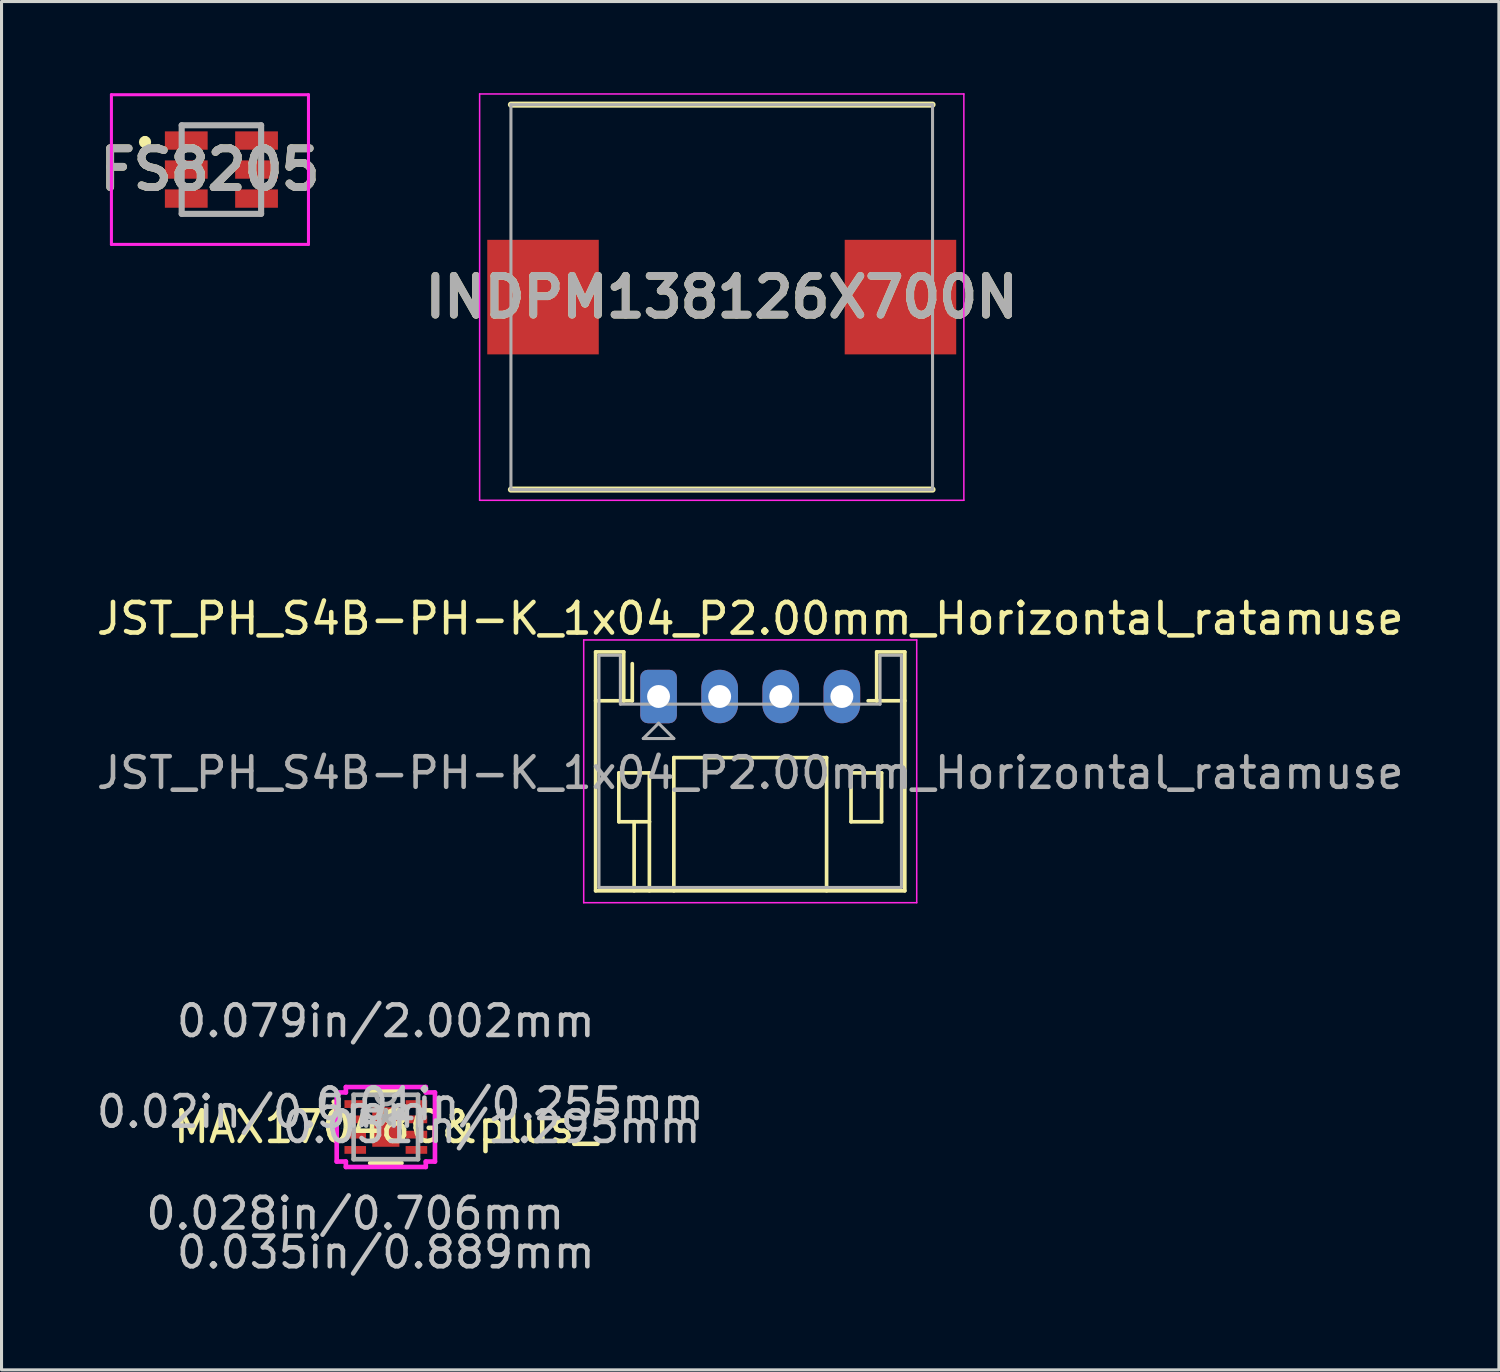
<source format=kicad_pcb>
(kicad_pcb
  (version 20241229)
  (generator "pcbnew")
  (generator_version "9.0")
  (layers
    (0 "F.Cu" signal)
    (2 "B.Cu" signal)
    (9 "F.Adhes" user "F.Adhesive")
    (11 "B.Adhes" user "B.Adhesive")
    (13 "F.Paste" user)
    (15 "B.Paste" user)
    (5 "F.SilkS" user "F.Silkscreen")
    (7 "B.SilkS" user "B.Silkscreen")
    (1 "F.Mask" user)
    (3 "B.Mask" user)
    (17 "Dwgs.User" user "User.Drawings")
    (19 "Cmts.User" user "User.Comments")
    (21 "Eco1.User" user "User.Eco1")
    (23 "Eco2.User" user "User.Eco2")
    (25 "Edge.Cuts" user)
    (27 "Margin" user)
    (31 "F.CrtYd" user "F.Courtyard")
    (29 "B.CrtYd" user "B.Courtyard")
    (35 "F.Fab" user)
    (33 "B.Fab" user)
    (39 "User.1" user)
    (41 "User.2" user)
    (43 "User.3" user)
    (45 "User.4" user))
  (footprint "FS8205"
    (layer "F.Cu")
    (at 3.547 2.5)
    (property "Reference" "FS8205" (at 0.275 0 0) (layer "F.SilkS") (effects (font (size 1.27 1.27) (thickness 0.254))))
    (attr smd)
    (fp_line (start -1.85 -1) (end -1.85 -1) (stroke (width 0.2) (type solid)) (layer "F.SilkS"))
    (fp_line (start -1.85 -0.8) (end -1.85 -0.8) (stroke (width 0.2) (type solid)) (layer "F.SilkS"))
    (fp_line (start -0.65 -1.45) (end 1.95 -1.45) (stroke (width 0.1) (type solid)) (layer "F.SilkS"))
    (fp_line (start -0.65 1.45) (end 1.8 1.45) (stroke (width 0.1) (type solid)) (layer "F.SilkS"))
    (fp_arc (start -1.85 -1) (mid -1.75 -0.9) (end -1.85 -0.8) (stroke (width 0.2) (type solid)) (layer "F.SilkS"))
    (fp_arc (start -1.85 -0.8) (mid -1.95 -0.9) (end -1.85 -1) (stroke (width 0.2) (type solid)) (layer "F.SilkS"))
    (fp_line (start -2.95 -2.45) (end 3.5 -2.45) (stroke (width 0.1) (type solid)) (layer "F.CrtYd"))
    (fp_line (start -2.95 2.45) (end -2.95 -2.45) (stroke (width 0.1) (type solid)) (layer "F.CrtYd"))
    (fp_line (start 3.5 -2.45) (end 3.5 2.45) (stroke (width 0.1) (type solid)) (layer "F.CrtYd"))
    (fp_line (start 3.5 2.45) (end -2.95 2.45) (stroke (width 0.1) (type solid)) (layer "F.CrtYd"))
    (fp_line (start -0.65 -1.45) (end 1.95 -1.45) (stroke (width 0.2) (type solid)) (layer "F.Fab"))
    (fp_line (start -0.65 1.45) (end -0.65 -1.45) (stroke (width 0.2) (type solid)) (layer "F.Fab"))
    (fp_line (start 1.95 -1.45) (end 1.95 1.45) (stroke (width 0.2) (type solid)) (layer "F.Fab"))
    (fp_line (start 1.95 1.45) (end -0.65 1.45) (stroke (width 0.2) (type solid)) (layer "F.Fab"))
    (fp_text user "${REFERENCE}" (at 0.275 0 0) (layer "F.Fab") (effects (font (size 1.27 1.27) (thickness 0.254))))
    (pad "1" smd rect (at -0.5 -0.95 90) (size 0.6 1.4) (layers "F.Cu" "F.Mask" "F.Paste"))
    (pad "2" smd rect (at -0.5 0 90) (size 0.6 1.4) (layers "F.Cu" "F.Mask" "F.Paste"))
    (pad "3" smd rect (at -0.5 0.95 90) (size 0.6 1.4) (layers "F.Cu" "F.Mask" "F.Paste"))
    (pad "4" smd rect (at 1.8 -0.95 90) (size 0.6 1.4) (layers "F.Cu" "F.Mask" "F.Paste"))
    (pad "5" smd rect (at 1.8 0 90) (size 0.6 1.4) (layers "F.Cu" "F.Mask" "F.Paste"))
    (pad "6" smd rect (at 1.8 0.95 90) (size 0.6 1.4) (layers "F.Cu" "F.Mask" "F.Paste")))
  (footprint "INDPM138126X700N"
    (layer "F.Cu")
    (at 20.574 6.675)
    (property "Reference" "INDPM138126X700N" (at 0 0 0) (layer "F.SilkS") (effects (font (size 1.27 1.27) (thickness 0.254))))
    (attr smd)
    (fp_line (start -6.9 6.3) (end 6.9 6.3) (stroke (width 0.2) (type solid)) (layer "F.SilkS"))
    (fp_line (start 6.9 -6.3) (end -6.9 -6.3) (stroke (width 0.2) (type solid)) (layer "F.SilkS"))
    (fp_line (start -7.925 -6.65) (end 7.925 -6.65) (stroke (width 0.05) (type solid)) (layer "F.CrtYd"))
    (fp_line (start -7.925 6.65) (end -7.925 -6.65) (stroke (width 0.05) (type solid)) (layer "F.CrtYd"))
    (fp_line (start 7.925 -6.65) (end 7.925 6.65) (stroke (width 0.05) (type solid)) (layer "F.CrtYd"))
    (fp_line (start 7.925 6.65) (end -7.925 6.65) (stroke (width 0.05) (type solid)) (layer "F.CrtYd"))
    (fp_line (start -6.9 -6.3) (end 6.9 -6.3) (stroke (width 0.1) (type solid)) (layer "F.Fab"))
    (fp_line (start -6.9 6.3) (end -6.9 -6.3) (stroke (width 0.1) (type solid)) (layer "F.Fab"))
    (fp_line (start 6.9 -6.3) (end 6.9 6.3) (stroke (width 0.1) (type solid)) (layer "F.Fab"))
    (fp_line (start 6.9 6.3) (end -6.9 6.3) (stroke (width 0.1) (type solid)) (layer "F.Fab"))
    (fp_text user "${REFERENCE}" (at 0 0 0) (layer "F.Fab") (effects (font (size 1.27 1.27) (thickness 0.254))))
    (pad "1" smd rect (at -5.85 0) (size 3.65 3.75) (layers "F.Cu" "F.Mask" "F.Paste"))
    (pad "2" smd rect (at 5.85 0) (size 3.65 3.75) (layers "F.Cu" "F.Mask" "F.Paste")))
  (footprint "JST_PH_S4B-PH-K_1x04_P2.00mm_Horizontal_ratamuse"
    (layer "F.Cu")
    (at 18.506 19.748)
    (property "Reference" "JST_PH_S4B-PH-K_1x04_P2.00mm_Horizontal_ratamuse" (at 3 -2.55 0) (layer "F.SilkS") (effects (font (size 1 1) (thickness 0.15))))
    (attr through_hole)
    (fp_line (start -2.06 -1.46) (end -2.06 6.36) (stroke (width 0.12) (type solid)) (layer "F.SilkS"))
    (fp_line (start -2.06 0.14) (end -1.14 0.14) (stroke (width 0.12) (type solid)) (layer "F.SilkS"))
    (fp_line (start -2.06 6.36) (end 8.06 6.36) (stroke (width 0.12) (type solid)) (layer "F.SilkS"))
    (fp_line (start -1.3 2.5) (end -1.3 4.1) (stroke (width 0.12) (type solid)) (layer "F.SilkS"))
    (fp_line (start -1.3 4.1) (end -0.3 4.1) (stroke (width 0.12) (type solid)) (layer "F.SilkS"))
    (fp_line (start -1.14 -1.46) (end -2.06 -1.46) (stroke (width 0.12) (type solid)) (layer "F.SilkS"))
    (fp_line (start -1.14 0.14) (end -1.14 -1.46) (stroke (width 0.12) (type solid)) (layer "F.SilkS"))
    (fp_line (start -0.86 0.14) (end -1.14 0.14) (stroke (width 0.12) (type solid)) (layer "F.SilkS"))
    (fp_line (start -0.86 0.14) (end -0.86 -1.075) (stroke (width 0.12) (type solid)) (layer "F.SilkS"))
    (fp_line (start -0.8 4.1) (end -0.8 6.36) (stroke (width 0.12) (type solid)) (layer "F.SilkS"))
    (fp_line (start -0.3 2.5) (end -1.3 2.5) (stroke (width 0.12) (type solid)) (layer "F.SilkS"))
    (fp_line (start -0.3 4.1) (end -0.3 2.5) (stroke (width 0.12) (type solid)) (layer "F.SilkS"))
    (fp_line (start -0.3 4.1) (end -0.3 6.36) (stroke (width 0.12) (type solid)) (layer "F.SilkS"))
    (fp_line (start 0.5 2) (end 5.5 2) (stroke (width 0.12) (type solid)) (layer "F.SilkS"))
    (fp_line (start 0.5 6.36) (end 0.5 2) (stroke (width 0.12) (type solid)) (layer "F.SilkS"))
    (fp_line (start 5.5 2) (end 5.5 6.36) (stroke (width 0.12) (type solid)) (layer "F.SilkS"))
    (fp_line (start 6.3 2.5) (end 7.3 2.5) (stroke (width 0.12) (type solid)) (layer "F.SilkS"))
    (fp_line (start 6.3 4.1) (end 6.3 2.5) (stroke (width 0.12) (type solid)) (layer "F.SilkS"))
    (fp_line (start 7.14 -1.46) (end 7.14 0.14) (stroke (width 0.12) (type solid)) (layer "F.SilkS"))
    (fp_line (start 7.14 0.14) (end 6.86 0.14) (stroke (width 0.12) (type solid)) (layer "F.SilkS"))
    (fp_line (start 7.3 2.5) (end 7.3 4.1) (stroke (width 0.12) (type solid)) (layer "F.SilkS"))
    (fp_line (start 7.3 4.1) (end 6.3 4.1) (stroke (width 0.12) (type solid)) (layer "F.SilkS"))
    (fp_line (start 8.06 -1.46) (end 7.14 -1.46) (stroke (width 0.12) (type solid)) (layer "F.SilkS"))
    (fp_line (start 8.06 0.14) (end 7.14 0.14) (stroke (width 0.12) (type solid)) (layer "F.SilkS"))
    (fp_line (start 8.06 6.36) (end 8.06 -1.46) (stroke (width 0.12) (type solid)) (layer "F.SilkS"))
    (fp_line (start -2.45 -1.85) (end -2.45 6.75) (stroke (width 0.05) (type solid)) (layer "F.CrtYd"))
    (fp_line (start -2.45 6.75) (end 8.45 6.75) (stroke (width 0.05) (type solid)) (layer "F.CrtYd"))
    (fp_line (start 8.45 -1.85) (end -2.45 -1.85) (stroke (width 0.05) (type solid)) (layer "F.CrtYd"))
    (fp_line (start 8.45 6.75) (end 8.45 -1.85) (stroke (width 0.05) (type solid)) (layer "F.CrtYd"))
    (fp_line (start -1.95 -1.35) (end -1.95 6.25) (stroke (width 0.1) (type solid)) (layer "F.Fab"))
    (fp_line (start -1.95 6.25) (end 7.95 6.25) (stroke (width 0.1) (type solid)) (layer "F.Fab"))
    (fp_line (start -1.25 -1.35) (end -1.95 -1.35) (stroke (width 0.1) (type solid)) (layer "F.Fab"))
    (fp_line (start -1.25 0.25) (end -1.25 -1.35) (stroke (width 0.1) (type solid)) (layer "F.Fab"))
    (fp_line (start -0.5 1.375) (end 0.5 1.375) (stroke (width 0.1) (type solid)) (layer "F.Fab"))
    (fp_line (start 0 0.875) (end -0.5 1.375) (stroke (width 0.1) (type solid)) (layer "F.Fab"))
    (fp_line (start 0.5 1.375) (end 0 0.875) (stroke (width 0.1) (type solid)) (layer "F.Fab"))
    (fp_line (start 7.25 -1.35) (end 7.25 0.25) (stroke (width 0.1) (type solid)) (layer "F.Fab"))
    (fp_line (start 7.25 0.25) (end -1.25 0.25) (stroke (width 0.1) (type solid)) (layer "F.Fab"))
    (fp_line (start 7.95 -1.35) (end 7.25 -1.35) (stroke (width 0.1) (type solid)) (layer "F.Fab"))
    (fp_line (start 7.95 6.25) (end 7.95 -1.35) (stroke (width 0.1) (type solid)) (layer "F.Fab"))
    (fp_text user "${REFERENCE}" (at 3 2.5 0) (layer "F.Fab") (effects (font (size 1 1) (thickness 0.15))))
    (pad "1" thru_hole oval (at 6 0) (size 1.2 1.75) (drill 0.75) (layers "*.Cu" "*.Mask"))
    (pad "2" thru_hole oval (at 4 0) (size 1.2 1.75) (drill 0.75) (layers "*.Cu" "*.Mask"))
    (pad "3" thru_hole oval (at 2 0) (size 1.2 1.75) (drill 0.75) (layers "*.Cu" "*.Mask"))
    (pad "4" thru_hole roundrect (at 0 0) (size 1.2 1.75) (drill 0.75) (layers "*.Cu" "*.Mask") (roundrect_rratio 0.208)))
  (footprint "MAX17048G&plus_"
    (layer "F.Cu")
    (at 9.579 33.839)
    (property "Reference" "MAX17048G&plus_" (at 0 0 0) (layer "F.SilkS") (effects (font (size 1 1) (thickness 0.15))))
    (attr through_hole)
    (fp_line (start -0.512 1.181) (end 0.512 1.181) (stroke (width 0.152) (type solid)) (layer "F.SilkS"))
    (fp_line (start 0.512 -1.181) (end -0.512 -1.181) (stroke (width 0.152) (type solid)) (layer "F.SilkS"))
    (fp_arc (start -1.705699 -0.8262) (mid -1.63187 -0.73114) (end -1.742245 -0.683136) (stroke (width 0.1524) (type solid)) (layer "F.SilkS"))
    (fp_line (start -1.608 -1.131) (end -1.308 -1.131) (stroke (width 0.152) (type solid)) (layer "F.CrtYd"))
    (fp_line (start -1.608 1.131) (end -1.608 -1.131) (stroke (width 0.152) (type solid)) (layer "F.CrtYd"))
    (fp_line (start -1.308 -1.308) (end 1.308 -1.308) (stroke (width 0.152) (type solid)) (layer "F.CrtYd"))
    (fp_line (start -1.308 -1.131) (end -1.308 -1.308) (stroke (width 0.152) (type solid)) (layer "F.CrtYd"))
    (fp_line (start -1.308 1.131) (end -1.608 1.131) (stroke (width 0.152) (type solid)) (layer "F.CrtYd"))
    (fp_line (start -1.308 1.308) (end -1.308 1.131) (stroke (width 0.152) (type solid)) (layer "F.CrtYd"))
    (fp_line (start 1.308 -1.308) (end 1.308 -1.131) (stroke (width 0.152) (type solid)) (layer "F.CrtYd"))
    (fp_line (start 1.308 -1.131) (end 1.608 -1.131) (stroke (width 0.152) (type solid)) (layer "F.CrtYd"))
    (fp_line (start 1.308 1.131) (end 1.308 1.308) (stroke (width 0.152) (type solid)) (layer "F.CrtYd"))
    (fp_line (start 1.308 1.308) (end -1.308 1.308) (stroke (width 0.152) (type solid)) (layer "F.CrtYd"))
    (fp_line (start 1.608 -1.131) (end 1.608 1.131) (stroke (width 0.152) (type solid)) (layer "F.CrtYd"))
    (fp_line (start 1.608 1.131) (end 1.308 1.131) (stroke (width 0.152) (type solid)) (layer "F.CrtYd"))
    (fp_line (start -1.054 -1.054) (end -1.054 1.054) (stroke (width 0.152) (type solid)) (layer "F.Fab"))
    (fp_line (start -1.054 1.054) (end 1.054 1.054) (stroke (width 0.152) (type solid)) (layer "F.Fab"))
    (fp_line (start 1.054 -1.054) (end -1.054 -1.054) (stroke (width 0.152) (type solid)) (layer "F.Fab"))
    (fp_line (start 1.054 1.054) (end 1.054 -1.054) (stroke (width 0.152) (type solid)) (layer "F.Fab"))
    (fp_arc (start 0.3048 -1.0541) (mid 0 -0.7493) (end -0.3048 -1.0541) (stroke (width 0.1524) (type solid)) (layer "F.Fab"))
    (fp_text user "*" (at 0 0 0) (layer "F.SilkS") (effects (font (size 1 1) (thickness 0.15))))
    (fp_text user "0.079in/2.002mm" (at 0 -3.467 0) (layer "Dwgs.User") (effects (font (size 1 1) (thickness 0.15))))
    (fp_text user "0.028in/0.706mm" (at -1.001 2.832 0) (layer "Dwgs.User") (effects (font (size 1 1) (thickness 0.15))))
    (fp_text user "0.02in/0.5mm" (at -4.049 -0.5 0) (layer "Dwgs.User") (effects (font (size 1 1) (thickness 0.15))))
    (fp_text user "0.01in/0.255mm" (at 4.049 -0.75 0) (layer "Dwgs.User") (effects (font (size 1 1) (thickness 0.15))))
    (fp_text user "0.035in/0.889mm" (at 0 4.102 0) (layer "Dwgs.User") (effects (font (size 1 1) (thickness 0.15))))
    (fp_text user "0.051in/1.295mm" (at 3.467 0 0) (layer "Dwgs.User") (effects (font (size 1 1) (thickness 0.15))))
    (fp_text user "Copyright 2016 Accelerated Designs. All rights reserved." (at 0 0 0) (layer "Cmts.User") (effects (font (size 0.127 0.127) (thickness 0.002))))
    (fp_text user "*" (at 0 0 0) (layer "F.Fab") (effects (font (size 1 1) (thickness 0.15))))
    (pad "1" smd rect (at -1.001 -0.75) (size 0.706 0.255) (layers "F.Cu" "F.Mask" "F.Paste"))
    (pad "2" smd rect (at -1.001 -0.25) (size 0.706 0.255) (layers "F.Cu" "F.Mask" "F.Paste"))
    (pad "3" smd rect (at -1.001 0.25) (size 0.706 0.255) (layers "F.Cu" "F.Mask" "F.Paste"))
    (pad "4" smd rect (at -1.001 0.75) (size 0.706 0.255) (layers "F.Cu" "F.Mask" "F.Paste"))
    (pad "5" smd rect (at 1.001 0.75) (size 0.706 0.255) (layers "F.Cu" "F.Mask" "F.Paste"))
    (pad "6" smd rect (at 1.001 0.25) (size 0.706 0.255) (layers "F.Cu" "F.Mask" "F.Paste"))
    (pad "7" smd rect (at 1.001 -0.25) (size 0.706 0.255) (layers "F.Cu" "F.Mask" "F.Paste"))
    (pad "8" smd rect (at 1.001 -0.75) (size 0.706 0.255) (layers "F.Cu" "F.Mask" "F.Paste"))
    (pad "9" smd rect (at 0 0) (size 0.889 1.295) (layers "F.Cu" "F.Mask" "F.Paste")))
  (gr_rect
    (start -3 -3)
    (end 46.012 41.789)
    (stroke (width 0.1) (type default))
    (fill no)
    (layer "Edge.Cuts")))
</source>
